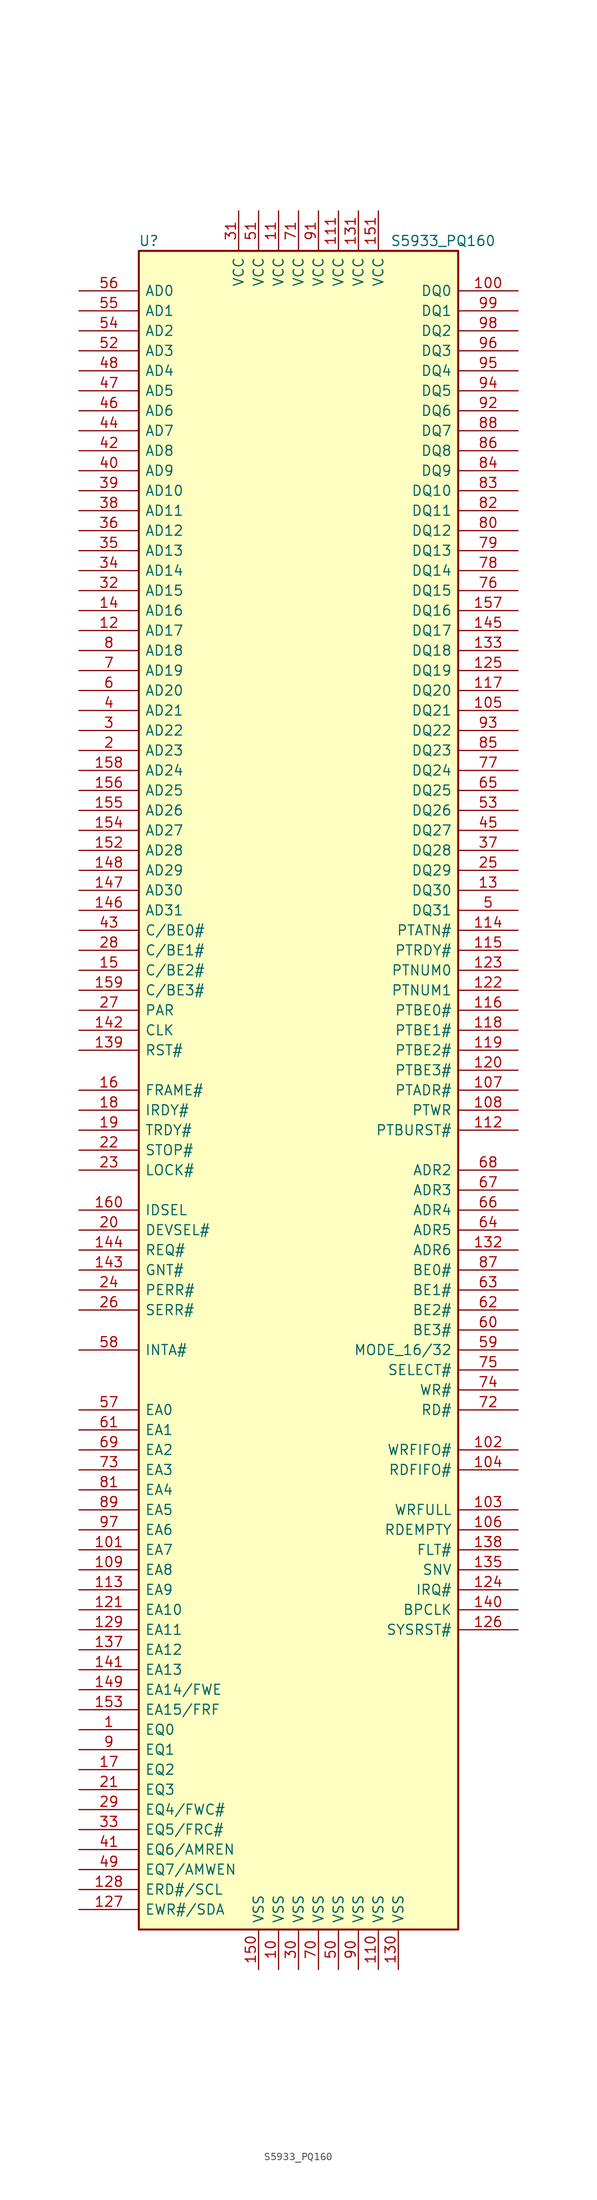
<source format=kicad_sym>
(kicad_symbol_lib
  (version 20241209)
  (generator "kicad_symbol_editor")
  (generator_version "9.0")
  (symbol "S5933_PQ160"
    (pin_names
      (offset 0.762))
    (property "Reference" "U"
      (at -19.05 107.95 0)
      (effects (font (size 1.27 1.27))))
    (property "Value" "S5933_PQ160"
      (at 11.684 107.95 0)
      (effects (font (size 1.27 1.27)) (justify left)))
    (symbol "S5933_PQ160_0_0"
      (pin power_in line (at -7.62 111.76 270) (length 5.08) (name "VCC" (effects (font (size 1.27 1.27)))) (number "31" (effects (font (size 1.27 1.27)))))
      (pin power_in line (at -5.08 111.76 270) (length 5.08) (name "VCC" (effects (font (size 1.27 1.27)))) (number "51" (effects (font (size 1.27 1.27)))))
      (pin power_in line (at -5.08 -111.76 90) (length 5.08) (name "VSS" (effects (font (size 1.27 1.27)))) (number "150" (effects (font (size 1.27 1.27)))))
      (pin power_in line (at -2.54 -111.76 90) (length 5.08) (name "VSS" (effects (font (size 1.27 1.27)))) (number "10" (effects (font (size 1.27 1.27)))))
      (pin power_in line (at 0 111.76 270) (length 5.08) (name "VCC" (effects (font (size 1.27 1.27)))) (number "71" (effects (font (size 1.27 1.27)))))
      (pin power_in line (at 0 -111.76 90) (length 5.08) (name "VSS" (effects (font (size 1.27 1.27)))) (number "30" (effects (font (size 1.27 1.27)))))
      (pin power_in line (at 2.54 111.76 270) (length 5.08) (name "VCC" (effects (font (size 1.27 1.27)))) (number "91" (effects (font (size 1.27 1.27)))))
      (pin power_in line (at 2.54 -111.76 90) (length 5.08) (name "VSS" (effects (font (size 1.27 1.27)))) (number "70" (effects (font (size 1.27 1.27)))))
      (pin power_in line (at 5.08 111.76 270) (length 5.08) (name "VCC" (effects (font (size 1.27 1.27)))) (number "111" (effects (font (size 1.27 1.27)))))
      (pin power_in line (at 5.08 -111.76 90) (length 5.08) (name "VSS" (effects (font (size 1.27 1.27)))) (number "50" (effects (font (size 1.27 1.27)))))
      (pin power_in line (at 7.62 111.76 270) (length 5.08) (name "VCC" (effects (font (size 1.27 1.27)))) (number "131" (effects (font (size 1.27 1.27)))))
      (pin power_in line (at 7.62 -111.76 90) (length 5.08) (name "VSS" (effects (font (size 1.27 1.27)))) (number "90" (effects (font (size 1.27 1.27)))))
      (pin power_in line (at 10.16 111.76 270) (length 5.08) (name "VCC" (effects (font (size 1.27 1.27)))) (number "151" (effects (font (size 1.27 1.27)))))
      (pin power_in line (at 10.16 -111.76 90) (length 5.08) (name "VSS" (effects (font (size 1.27 1.27)))) (number "110" (effects (font (size 1.27 1.27)))))
      (pin power_in line (at 12.7 -111.76 90) (length 5.08) (name "VSS" (effects (font (size 1.27 1.27)))) (number "130" (effects (font (size 1.27 1.27))))))
    (symbol "S5933_PQ160_0_1"
      (rectangle (start -20.32 106.68) (end 20.32 -106.68) (stroke (width 0.254) (type default)) (fill (type background))))
    (symbol "S5933_PQ160_1_0"
      (pin power_in line (at -2.54 111.76 270) (length 5.08) (name "VCC" (effects (font (size 1.27 1.27)))) (number "11" (effects (font (size 1.27 1.27))))))
    (symbol "S5933_PQ160_1_1"
      (pin bidirectional line (at -27.94 101.6 0) (length 7.62) (name "AD0" (effects (font (size 1.27 1.27)))) (number "56" (effects (font (size 1.27 1.27)))))
      (pin bidirectional line (at -27.94 99.06 0) (length 7.62) (name "AD1" (effects (font (size 1.27 1.27)))) (number "55" (effects (font (size 1.27 1.27)))))
      (pin bidirectional line (at -27.94 96.52 0) (length 7.62) (name "AD2" (effects (font (size 1.27 1.27)))) (number "54" (effects (font (size 1.27 1.27)))))
      (pin bidirectional line (at -27.94 93.98 0) (length 7.62) (name "AD3" (effects (font (size 1.27 1.27)))) (number "52" (effects (font (size 1.27 1.27)))))
      (pin bidirectional line (at -27.94 91.44 0) (length 7.62) (name "AD4" (effects (font (size 1.27 1.27)))) (number "48" (effects (font (size 1.27 1.27)))))
      (pin bidirectional line (at -27.94 88.9 0) (length 7.62) (name "AD5" (effects (font (size 1.27 1.27)))) (number "47" (effects (font (size 1.27 1.27)))))
      (pin bidirectional line (at -27.94 86.36 0) (length 7.62) (name "AD6" (effects (font (size 1.27 1.27)))) (number "46" (effects (font (size 1.27 1.27)))))
      (pin bidirectional line (at -27.94 83.82 0) (length 7.62) (name "AD7" (effects (font (size 1.27 1.27)))) (number "44" (effects (font (size 1.27 1.27)))))
      (pin bidirectional line (at -27.94 81.28 0) (length 7.62) (name "AD8" (effects (font (size 1.27 1.27)))) (number "42" (effects (font (size 1.27 1.27)))))
      (pin bidirectional line (at -27.94 78.74 0) (length 7.62) (name "AD9" (effects (font (size 1.27 1.27)))) (number "40" (effects (font (size 1.27 1.27)))))
      (pin bidirectional line (at -27.94 76.2 0) (length 7.62) (name "AD10" (effects (font (size 1.27 1.27)))) (number "39" (effects (font (size 1.27 1.27)))))
      (pin bidirectional line (at -27.94 73.66 0) (length 7.62) (name "AD11" (effects (font (size 1.27 1.27)))) (number "38" (effects (font (size 1.27 1.27)))))
      (pin bidirectional line (at -27.94 71.12 0) (length 7.62) (name "AD12" (effects (font (size 1.27 1.27)))) (number "36" (effects (font (size 1.27 1.27)))))
      (pin bidirectional line (at -27.94 68.58 0) (length 7.62) (name "AD13" (effects (font (size 1.27 1.27)))) (number "35" (effects (font (size 1.27 1.27)))))
      (pin bidirectional line (at -27.94 66.04 0) (length 7.62) (name "AD14" (effects (font (size 1.27 1.27)))) (number "34" (effects (font (size 1.27 1.27)))))
      (pin bidirectional line (at -27.94 63.5 0) (length 7.62) (name "AD15" (effects (font (size 1.27 1.27)))) (number "32" (effects (font (size 1.27 1.27)))))
      (pin bidirectional line (at -27.94 60.96 0) (length 7.62) (name "AD16" (effects (font (size 1.27 1.27)))) (number "14" (effects (font (size 1.27 1.27)))))
      (pin bidirectional line (at -27.94 58.42 0) (length 7.62) (name "AD17" (effects (font (size 1.27 1.27)))) (number "12" (effects (font (size 1.27 1.27)))))
      (pin bidirectional line (at -27.94 55.88 0) (length 7.62) (name "AD18" (effects (font (size 1.27 1.27)))) (number "8" (effects (font (size 1.27 1.27)))))
      (pin bidirectional line (at -27.94 53.34 0) (length 7.62) (name "AD19" (effects (font (size 1.27 1.27)))) (number "7" (effects (font (size 1.27 1.27)))))
      (pin bidirectional line (at -27.94 50.8 0) (length 7.62) (name "AD20" (effects (font (size 1.27 1.27)))) (number "6" (effects (font (size 1.27 1.27)))))
      (pin bidirectional line (at -27.94 48.26 0) (length 7.62) (name "AD21" (effects (font (size 1.27 1.27)))) (number "4" (effects (font (size 1.27 1.27)))))
      (pin bidirectional line (at -27.94 45.72 0) (length 7.62) (name "AD22" (effects (font (size 1.27 1.27)))) (number "3" (effects (font (size 1.27 1.27)))))
      (pin bidirectional line (at -27.94 43.18 0) (length 7.62) (name "AD23" (effects (font (size 1.27 1.27)))) (number "2" (effects (font (size 1.27 1.27)))))
      (pin bidirectional line (at -27.94 40.64 0) (length 7.62) (name "AD24" (effects (font (size 1.27 1.27)))) (number "158" (effects (font (size 1.27 1.27)))))
      (pin bidirectional line (at -27.94 38.1 0) (length 7.62) (name "AD25" (effects (font (size 1.27 1.27)))) (number "156" (effects (font (size 1.27 1.27)))))
      (pin bidirectional line (at -27.94 35.56 0) (length 7.62) (name "AD26" (effects (font (size 1.27 1.27)))) (number "155" (effects (font (size 1.27 1.27)))))
      (pin bidirectional line (at -27.94 33.02 0) (length 7.62) (name "AD27" (effects (font (size 1.27 1.27)))) (number "154" (effects (font (size 1.27 1.27)))))
      (pin bidirectional line (at -27.94 30.48 0) (length 7.62) (name "AD28" (effects (font (size 1.27 1.27)))) (number "152" (effects (font (size 1.27 1.27)))))
      (pin bidirectional line (at -27.94 27.94 0) (length 7.62) (name "AD29" (effects (font (size 1.27 1.27)))) (number "148" (effects (font (size 1.27 1.27)))))
      (pin bidirectional line (at -27.94 25.4 0) (length 7.62) (name "AD30" (effects (font (size 1.27 1.27)))) (number "147" (effects (font (size 1.27 1.27)))))
      (pin bidirectional line (at -27.94 22.86 0) (length 7.62) (name "AD31" (effects (font (size 1.27 1.27)))) (number "146" (effects (font (size 1.27 1.27)))))
      (pin bidirectional line (at -27.94 20.32 0) (length 7.62) (name "C/BE0#" (effects (font (size 1.27 1.27)))) (number "43" (effects (font (size 1.27 1.27)))))
      (pin bidirectional line (at -27.94 17.78 0) (length 7.62) (name "C/BE1#" (effects (font (size 1.27 1.27)))) (number "28" (effects (font (size 1.27 1.27)))))
      (pin bidirectional line (at -27.94 15.24 0) (length 7.62) (name "C/BE2#" (effects (font (size 1.27 1.27)))) (number "15" (effects (font (size 1.27 1.27)))))
      (pin bidirectional line (at -27.94 12.7 0) (length 7.62) (name "C/BE3#" (effects (font (size 1.27 1.27)))) (number "159" (effects (font (size 1.27 1.27)))))
      (pin bidirectional line (at -27.94 10.16 0) (length 7.62) (name "PAR" (effects (font (size 1.27 1.27)))) (number "27" (effects (font (size 1.27 1.27)))))
      (pin input line (at -27.94 7.62 0) (length 7.62) (name "CLK" (effects (font (size 1.27 1.27)))) (number "142" (effects (font (size 1.27 1.27)))))
      (pin input line (at -27.94 5.08 0) (length 7.62) (name "RST#" (effects (font (size 1.27 1.27)))) (number "139" (effects (font (size 1.27 1.27)))))
      (pin bidirectional line (at -27.94 0 0) (length 7.62) (name "FRAME#" (effects (font (size 1.27 1.27)))) (number "16" (effects (font (size 1.27 1.27)))))
      (pin bidirectional line (at -27.94 -2.54 0) (length 7.62) (name "IRDY#" (effects (font (size 1.27 1.27)))) (number "18" (effects (font (size 1.27 1.27)))))
      (pin bidirectional line (at -27.94 -5.08 0) (length 7.62) (name "TRDY#" (effects (font (size 1.27 1.27)))) (number "19" (effects (font (size 1.27 1.27)))))
      (pin bidirectional line (at -27.94 -7.62 0) (length 7.62) (name "STOP#" (effects (font (size 1.27 1.27)))) (number "22" (effects (font (size 1.27 1.27)))))
      (pin input line (at -27.94 -10.16 0) (length 7.62) (name "LOCK#" (effects (font (size 1.27 1.27)))) (number "23" (effects (font (size 1.27 1.27)))))
      (pin input line (at -27.94 -15.24 0) (length 7.62) (name "IDSEL" (effects (font (size 1.27 1.27)))) (number "160" (effects (font (size 1.27 1.27)))))
      (pin bidirectional line (at -27.94 -17.78 0) (length 7.62) (name "DEVSEL#" (effects (font (size 1.27 1.27)))) (number "20" (effects (font (size 1.27 1.27)))))
      (pin output line (at -27.94 -20.32 0) (length 7.62) (name "REQ#" (effects (font (size 1.27 1.27)))) (number "144" (effects (font (size 1.27 1.27)))))
      (pin input line (at -27.94 -22.86 0) (length 7.62) (name "GNT#" (effects (font (size 1.27 1.27)))) (number "143" (effects (font (size 1.27 1.27)))))
      (pin bidirectional line (at -27.94 -25.4 0) (length 7.62) (name "PERR#" (effects (font (size 1.27 1.27)))) (number "24" (effects (font (size 1.27 1.27)))))
      (pin output line (at -27.94 -27.94 0) (length 7.62) (name "SERR#" (effects (font (size 1.27 1.27)))) (number "26" (effects (font (size 1.27 1.27)))))
      (pin output line (at -27.94 -33.02 0) (length 7.62) (name "INTA#" (effects (font (size 1.27 1.27)))) (number "58" (effects (font (size 1.27 1.27)))))
      (pin bidirectional line (at -27.94 -40.64 0) (length 7.62) (name "EA0" (effects (font (size 1.27 1.27)))) (number "57" (effects (font (size 1.27 1.27)))))
      (pin bidirectional line (at -27.94 -43.18 0) (length 7.62) (name "EA1" (effects (font (size 1.27 1.27)))) (number "61" (effects (font (size 1.27 1.27)))))
      (pin bidirectional line (at -27.94 -45.72 0) (length 7.62) (name "EA2" (effects (font (size 1.27 1.27)))) (number "69" (effects (font (size 1.27 1.27)))))
      (pin bidirectional line (at -27.94 -48.26 0) (length 7.62) (name "EA3" (effects (font (size 1.27 1.27)))) (number "73" (effects (font (size 1.27 1.27)))))
      (pin bidirectional line (at -27.94 -50.8 0) (length 7.62) (name "EA4" (effects (font (size 1.27 1.27)))) (number "81" (effects (font (size 1.27 1.27)))))
      (pin bidirectional line (at -27.94 -53.34 0) (length 7.62) (name "EA5" (effects (font (size 1.27 1.27)))) (number "89" (effects (font (size 1.27 1.27)))))
      (pin bidirectional line (at -27.94 -55.88 0) (length 7.62) (name "EA6" (effects (font (size 1.27 1.27)))) (number "97" (effects (font (size 1.27 1.27)))))
      (pin bidirectional line (at -27.94 -58.42 0) (length 7.62) (name "EA7" (effects (font (size 1.27 1.27)))) (number "101" (effects (font (size 1.27 1.27)))))
      (pin bidirectional line (at -27.94 -60.96 0) (length 7.62) (name "EA8" (effects (font (size 1.27 1.27)))) (number "109" (effects (font (size 1.27 1.27)))))
      (pin output line (at -27.94 -63.5 0) (length 7.62) (name "EA9" (effects (font (size 1.27 1.27)))) (number "113" (effects (font (size 1.27 1.27)))))
      (pin output line (at -27.94 -66.04 0) (length 7.62) (name "EA10" (effects (font (size 1.27 1.27)))) (number "121" (effects (font (size 1.27 1.27)))))
      (pin output line (at -27.94 -68.58 0) (length 7.62) (name "EA11" (effects (font (size 1.27 1.27)))) (number "129" (effects (font (size 1.27 1.27)))))
      (pin output line (at -27.94 -71.12 0) (length 7.62) (name "EA12" (effects (font (size 1.27 1.27)))) (number "137" (effects (font (size 1.27 1.27)))))
      (pin output line (at -27.94 -73.66 0) (length 7.62) (name "EA13" (effects (font (size 1.27 1.27)))) (number "141" (effects (font (size 1.27 1.27)))))
      (pin bidirectional line (at -27.94 -76.2 0) (length 7.62) (name "EA14/FWE" (effects (font (size 1.27 1.27)))) (number "149" (effects (font (size 1.27 1.27)))))
      (pin bidirectional line (at -27.94 -78.74 0) (length 7.62) (name "EA15/FRF" (effects (font (size 1.27 1.27)))) (number "153" (effects (font (size 1.27 1.27)))))
      (pin bidirectional line (at -27.94 -81.28 0) (length 7.62) (name "EQ0" (effects (font (size 1.27 1.27)))) (number "1" (effects (font (size 1.27 1.27)))))
      (pin bidirectional line (at -27.94 -83.82 0) (length 7.62) (name "EQ1" (effects (font (size 1.27 1.27)))) (number "9" (effects (font (size 1.27 1.27)))))
      (pin bidirectional line (at -27.94 -86.36 0) (length 7.62) (name "EQ2" (effects (font (size 1.27 1.27)))) (number "17" (effects (font (size 1.27 1.27)))))
      (pin bidirectional line (at -27.94 -88.9 0) (length 7.62) (name "EQ3" (effects (font (size 1.27 1.27)))) (number "21" (effects (font (size 1.27 1.27)))))
      (pin bidirectional line (at -27.94 -91.44 0) (length 7.62) (name "EQ4/FWC#" (effects (font (size 1.27 1.27)))) (number "29" (effects (font (size 1.27 1.27)))))
      (pin bidirectional line (at -27.94 -93.98 0) (length 7.62) (name "EQ5/FRC#" (effects (font (size 1.27 1.27)))) (number "33" (effects (font (size 1.27 1.27)))))
      (pin bidirectional line (at -27.94 -96.52 0) (length 7.62) (name "EQ6/AMREN" (effects (font (size 1.27 1.27)))) (number "41" (effects (font (size 1.27 1.27)))))
      (pin bidirectional line (at -27.94 -99.06 0) (length 7.62) (name "EQ7/AMWEN" (effects (font (size 1.27 1.27)))) (number "49" (effects (font (size 1.27 1.27)))))
      (pin output line (at -27.94 -101.6 0) (length 7.62) (name "ERD#/SCL" (effects (font (size 1.27 1.27)))) (number "128" (effects (font (size 1.27 1.27)))))
      (pin bidirectional line (at -27.94 -104.14 0) (length 7.62) (name "EWR#/SDA" (effects (font (size 1.27 1.27)))) (number "127" (effects (font (size 1.27 1.27)))))
      (pin bidirectional line (at 27.94 101.6 180) (length 7.62) (name "DQ0" (effects (font (size 1.27 1.27)))) (number "100" (effects (font (size 1.27 1.27)))))
      (pin bidirectional line (at 27.94 99.06 180) (length 7.62) (name "DQ1" (effects (font (size 1.27 1.27)))) (number "99" (effects (font (size 1.27 1.27)))))
      (pin bidirectional line (at 27.94 96.52 180) (length 7.62) (name "DQ2" (effects (font (size 1.27 1.27)))) (number "98" (effects (font (size 1.27 1.27)))))
      (pin bidirectional line (at 27.94 93.98 180) (length 7.62) (name "DQ3" (effects (font (size 1.27 1.27)))) (number "96" (effects (font (size 1.27 1.27)))))
      (pin bidirectional line (at 27.94 91.44 180) (length 7.62) (name "DQ4" (effects (font (size 1.27 1.27)))) (number "95" (effects (font (size 1.27 1.27)))))
      (pin bidirectional line (at 27.94 88.9 180) (length 7.62) (name "DQ5" (effects (font (size 1.27 1.27)))) (number "94" (effects (font (size 1.27 1.27)))))
      (pin bidirectional line (at 27.94 86.36 180) (length 7.62) (name "DQ6" (effects (font (size 1.27 1.27)))) (number "92" (effects (font (size 1.27 1.27)))))
      (pin bidirectional line (at 27.94 83.82 180) (length 7.62) (name "DQ7" (effects (font (size 1.27 1.27)))) (number "88" (effects (font (size 1.27 1.27)))))
      (pin bidirectional line (at 27.94 81.28 180) (length 7.62) (name "DQ8" (effects (font (size 1.27 1.27)))) (number "86" (effects (font (size 1.27 1.27)))))
      (pin bidirectional line (at 27.94 78.74 180) (length 7.62) (name "DQ9" (effects (font (size 1.27 1.27)))) (number "84" (effects (font (size 1.27 1.27)))))
      (pin bidirectional line (at 27.94 76.2 180) (length 7.62) (name "DQ10" (effects (font (size 1.27 1.27)))) (number "83" (effects (font (size 1.27 1.27)))))
      (pin bidirectional line (at 27.94 73.66 180) (length 7.62) (name "DQ11" (effects (font (size 1.27 1.27)))) (number "82" (effects (font (size 1.27 1.27)))))
      (pin bidirectional line (at 27.94 71.12 180) (length 7.62) (name "DQ12" (effects (font (size 1.27 1.27)))) (number "80" (effects (font (size 1.27 1.27)))))
      (pin bidirectional line (at 27.94 68.58 180) (length 7.62) (name "DQ13" (effects (font (size 1.27 1.27)))) (number "79" (effects (font (size 1.27 1.27)))))
      (pin bidirectional line (at 27.94 66.04 180) (length 7.62) (name "DQ14" (effects (font (size 1.27 1.27)))) (number "78" (effects (font (size 1.27 1.27)))))
      (pin bidirectional line (at 27.94 63.5 180) (length 7.62) (name "DQ15" (effects (font (size 1.27 1.27)))) (number "76" (effects (font (size 1.27 1.27)))))
      (pin bidirectional line (at 27.94 60.96 180) (length 7.62) (name "DQ16" (effects (font (size 1.27 1.27)))) (number "157" (effects (font (size 1.27 1.27)))))
      (pin bidirectional line (at 27.94 58.42 180) (length 7.62) (name "DQ17" (effects (font (size 1.27 1.27)))) (number "145" (effects (font (size 1.27 1.27)))))
      (pin bidirectional line (at 27.94 55.88 180) (length 7.62) (name "DQ18" (effects (font (size 1.27 1.27)))) (number "133" (effects (font (size 1.27 1.27)))))
      (pin bidirectional line (at 27.94 53.34 180) (length 7.62) (name "DQ19" (effects (font (size 1.27 1.27)))) (number "125" (effects (font (size 1.27 1.27)))))
      (pin bidirectional line (at 27.94 50.8 180) (length 7.62) (name "DQ20" (effects (font (size 1.27 1.27)))) (number "117" (effects (font (size 1.27 1.27)))))
      (pin bidirectional line (at 27.94 48.26 180) (length 7.62) (name "DQ21" (effects (font (size 1.27 1.27)))) (number "105" (effects (font (size 1.27 1.27)))))
      (pin bidirectional line (at 27.94 45.72 180) (length 7.62) (name "DQ22" (effects (font (size 1.27 1.27)))) (number "93" (effects (font (size 1.27 1.27)))))
      (pin bidirectional line (at 27.94 43.18 180) (length 7.62) (name "DQ23" (effects (font (size 1.27 1.27)))) (number "85" (effects (font (size 1.27 1.27)))))
      (pin bidirectional line (at 27.94 40.64 180) (length 7.62) (name "DQ24" (effects (font (size 1.27 1.27)))) (number "77" (effects (font (size 1.27 1.27)))))
      (pin bidirectional line (at 27.94 38.1 180) (length 7.62) (name "DQ25" (effects (font (size 1.27 1.27)))) (number "65" (effects (font (size 1.27 1.27)))))
      (pin bidirectional line (at 27.94 35.56 180) (length 7.62) (name "DQ26" (effects (font (size 1.27 1.27)))) (number "53" (effects (font (size 1.27 1.27)))))
      (pin bidirectional line (at 27.94 33.02 180) (length 7.62) (name "DQ27" (effects (font (size 1.27 1.27)))) (number "45" (effects (font (size 1.27 1.27)))))
      (pin bidirectional line (at 27.94 30.48 180) (length 7.62) (name "DQ28" (effects (font (size 1.27 1.27)))) (number "37" (effects (font (size 1.27 1.27)))))
      (pin bidirectional line (at 27.94 27.94 180) (length 7.62) (name "DQ29" (effects (font (size 1.27 1.27)))) (number "25" (effects (font (size 1.27 1.27)))))
      (pin bidirectional line (at 27.94 25.4 180) (length 7.62) (name "DQ30" (effects (font (size 1.27 1.27)))) (number "13" (effects (font (size 1.27 1.27)))))
      (pin bidirectional line (at 27.94 22.86 180) (length 7.62) (name "DQ31" (effects (font (size 1.27 1.27)))) (number "5" (effects (font (size 1.27 1.27)))))
      (pin output line (at 27.94 20.32 180) (length 7.62) (name "PTATN#" (effects (font (size 1.27 1.27)))) (number "114" (effects (font (size 1.27 1.27)))))
      (pin input line (at 27.94 17.78 180) (length 7.62) (name "PTRDY#" (effects (font (size 1.27 1.27)))) (number "115" (effects (font (size 1.27 1.27)))))
      (pin output line (at 27.94 15.24 180) (length 7.62) (name "PTNUM0" (effects (font (size 1.27 1.27)))) (number "123" (effects (font (size 1.27 1.27)))))
      (pin output line (at 27.94 12.7 180) (length 7.62) (name "PTNUM1" (effects (font (size 1.27 1.27)))) (number "122" (effects (font (size 1.27 1.27)))))
      (pin output line (at 27.94 10.16 180) (length 7.62) (name "PTBE0#" (effects (font (size 1.27 1.27)))) (number "116" (effects (font (size 1.27 1.27)))))
      (pin output line (at 27.94 7.62 180) (length 7.62) (name "PTBE1#" (effects (font (size 1.27 1.27)))) (number "118" (effects (font (size 1.27 1.27)))))
      (pin output line (at 27.94 5.08 180) (length 7.62) (name "PTBE2#" (effects (font (size 1.27 1.27)))) (number "119" (effects (font (size 1.27 1.27)))))
      (pin output line (at 27.94 2.54 180) (length 7.62) (name "PTBE3#" (effects (font (size 1.27 1.27)))) (number "120" (effects (font (size 1.27 1.27)))))
      (pin input line (at 27.94 0 180) (length 7.62) (name "PTADR#" (effects (font (size 1.27 1.27)))) (number "107" (effects (font (size 1.27 1.27)))))
      (pin output line (at 27.94 -2.54 180) (length 7.62) (name "PTWR" (effects (font (size 1.27 1.27)))) (number "108" (effects (font (size 1.27 1.27)))))
      (pin output line (at 27.94 -5.08 180) (length 7.62) (name "PTBURST#" (effects (font (size 1.27 1.27)))) (number "112" (effects (font (size 1.27 1.27)))))
      (pin input line (at 27.94 -10.16 180) (length 7.62) (name "ADR2" (effects (font (size 1.27 1.27)))) (number "68" (effects (font (size 1.27 1.27)))))
      (pin input line (at 27.94 -12.7 180) (length 7.62) (name "ADR3" (effects (font (size 1.27 1.27)))) (number "67" (effects (font (size 1.27 1.27)))))
      (pin input line (at 27.94 -15.24 180) (length 7.62) (name "ADR4" (effects (font (size 1.27 1.27)))) (number "66" (effects (font (size 1.27 1.27)))))
      (pin input line (at 27.94 -17.78 180) (length 7.62) (name "ADR5" (effects (font (size 1.27 1.27)))) (number "64" (effects (font (size 1.27 1.27)))))
      (pin input line (at 27.94 -20.32 180) (length 7.62) (name "ADR6" (effects (font (size 1.27 1.27)))) (number "132" (effects (font (size 1.27 1.27)))))
      (pin input line (at 27.94 -22.86 180) (length 7.62) (name "BE0#" (effects (font (size 1.27 1.27)))) (number "87" (effects (font (size 1.27 1.27)))))
      (pin input line (at 27.94 -25.4 180) (length 7.62) (name "BE1#" (effects (font (size 1.27 1.27)))) (number "63" (effects (font (size 1.27 1.27)))))
      (pin input line (at 27.94 -27.94 180) (length 7.62) (name "BE2#" (effects (font (size 1.27 1.27)))) (number "62" (effects (font (size 1.27 1.27)))))
      (pin input line (at 27.94 -30.48 180) (length 7.62) (name "BE3#" (effects (font (size 1.27 1.27)))) (number "60" (effects (font (size 1.27 1.27)))))
      (pin input line (at 27.94 -33.02 180) (length 7.62) (name "MODE_16/32" (effects (font (size 1.27 1.27)))) (number "59" (effects (font (size 1.27 1.27)))))
      (pin input line (at 27.94 -35.56 180) (length 7.62) (name "SELECT#" (effects (font (size 1.27 1.27)))) (number "75" (effects (font (size 1.27 1.27)))))
      (pin input line (at 27.94 -38.1 180) (length 7.62) (name "WR#" (effects (font (size 1.27 1.27)))) (number "74" (effects (font (size 1.27 1.27)))))
      (pin input line (at 27.94 -40.64 180) (length 7.62) (name "RD#" (effects (font (size 1.27 1.27)))) (number "72" (effects (font (size 1.27 1.27)))))
      (pin input line (at 27.94 -45.72 180) (length 7.62) (name "WRFIFO#" (effects (font (size 1.27 1.27)))) (number "102" (effects (font (size 1.27 1.27)))))
      (pin input line (at 27.94 -48.26 180) (length 7.62) (name "RDFIFO#" (effects (font (size 1.27 1.27)))) (number "104" (effects (font (size 1.27 1.27)))))
      (pin output line (at 27.94 -53.34 180) (length 7.62) (name "WRFULL" (effects (font (size 1.27 1.27)))) (number "103" (effects (font (size 1.27 1.27)))))
      (pin output line (at 27.94 -55.88 180) (length 7.62) (name "RDEMPTY" (effects (font (size 1.27 1.27)))) (number "106" (effects (font (size 1.27 1.27)))))
      (pin input line (at 27.94 -58.42 180) (length 7.62) (name "FLT#" (effects (font (size 1.27 1.27)))) (number "138" (effects (font (size 1.27 1.27)))))
      (pin input line (at 27.94 -60.96 180) (length 7.62) (name "SNV" (effects (font (size 1.27 1.27)))) (number "135" (effects (font (size 1.27 1.27)))))
      (pin output line (at 27.94 -63.5 180) (length 7.62) (name "IRQ#" (effects (font (size 1.27 1.27)))) (number "124" (effects (font (size 1.27 1.27)))))
      (pin output line (at 27.94 -66.04 180) (length 7.62) (name "BPCLK" (effects (font (size 1.27 1.27)))) (number "140" (effects (font (size 1.27 1.27)))))
      (pin output line (at 27.94 -68.58 180) (length 7.62) (name "SYSRST#" (effects (font (size 1.27 1.27)))) (number "126" (effects (font (size 1.27 1.27))))))))
</source>
